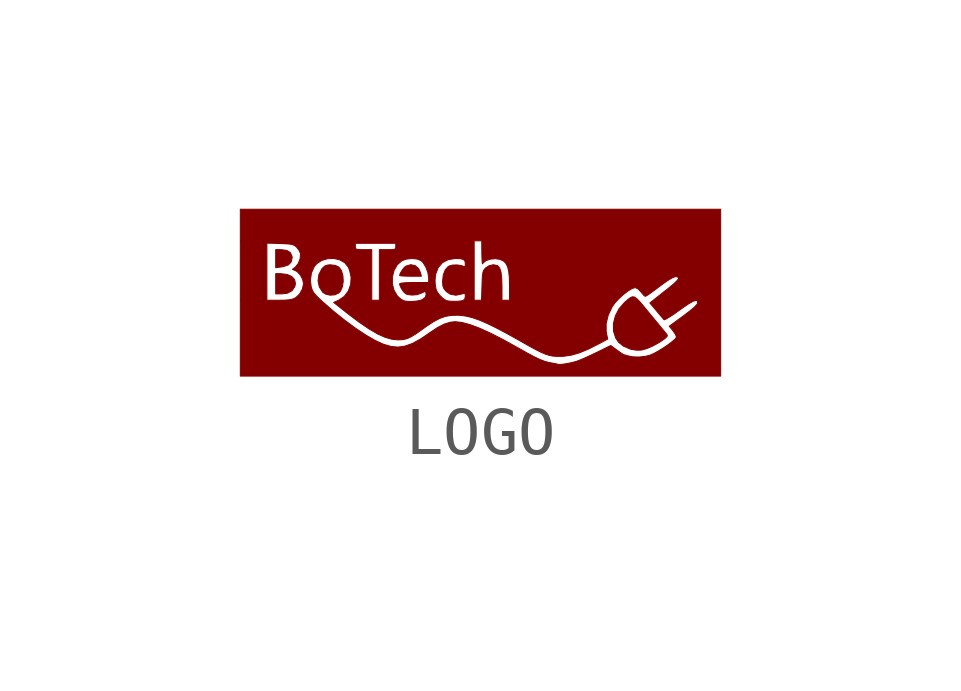
<source format=kicad_sym>
(kicad_symbol_lib
  (version 20210619)
  (generator bitmap2component)
  (symbol "LOGO"
    (pin_names
      (offset 1.016))
    (property "Reference" "#G"
      (at 0 1.102 0)
      (effects (font (size 1.27 1.27)) hide))
    (symbol "LOGO_0_0"
      (polyline (pts (xy 5.001 1.737) (xy -5.001 1.737) (xy -5.001 1.079) (xy -0.132 1.079) (xy 0.026 1.079) (xy 0.028 0.823) (xy 0.03 0.749) (xy 0.033 0.662) (xy 0.038 0.609) (xy 0.044 0.599) (xy 0.054 0.618) (xy 0.114 0.667) (xy 0.203 0.697) (xy 0.305 0.707) (xy 0.403 0.694) (xy 0.482 0.657) (xy 0.527 0.611) (xy 0.564 0.54) (xy 0.588 0.44) (xy 0.601 0.305) (xy 0.605 0.125) (xy 0.605 -0.158) (xy 0.447 -0.158) (xy 0.447 0.12) (xy 0.442 0.296) (xy 0.427 0.425) (xy 0.4 0.511) (xy 0.36 0.558) (xy 0.35 0.564) (xy 0.268 0.581) (xy 0.179 0.561) (xy 0.103 0.511) (xy 0.094 0.501) (xy 0.069 0.468) (xy 0.052 0.426) (xy 0.042 0.365) (xy 0.035 0.275) (xy 0.031 0.143) (xy 0.022 -0.158) (xy -0.132 -0.158) (xy -0.132 1.079) (xy -5.001 1.079) (xy -5.001 -0.158) (xy -4.448 -0.158) (xy -4.448 1.031) (xy -4.302 1.027) (xy -2.606 1.027) (xy -1.764 1.027) (xy -1.764 0.961) (xy -1.764 0.95) (xy -1.769 0.919) (xy -1.791 0.903) (xy -1.843 0.896) (xy -1.935 0.895) (xy -2.106 0.895) (xy -2.106 0.186) (xy -1.835 0.186) (xy -1.834 0.327) (xy -1.8 0.462) (xy -1.734 0.579) (xy -1.636 0.665) (xy -1.632 0.667) (xy -1.539 0.699) (xy -1.428 0.71) (xy -1.321 0.7) (xy -1.24 0.668) (xy -1.194 0.623) (xy -1.137 0.529) (xy -1.096 0.418) (xy -1.08 0.309) (xy -1.079 0.255) (xy -0.947 0.255) (xy -0.934 0.383) (xy -0.882 0.52) (xy -0.793 0.624) (xy -0.672 0.688) (xy -0.522 0.711) (xy -0.421 0.707) (xy -0.356 0.691) (xy -0.324 0.657) (xy -0.316 0.602) (xy -0.318 0.562) (xy -0.331 0.539) (xy -0.367 0.552) (xy -0.395 0.563) (xy -0.485 0.577) (xy -0.582 0.574) (xy -0.659 0.552) (xy -0.671 0.545) (xy -0.734 0.475) (xy -0.775 0.368) (xy -0.79 0.236) (xy -0.79 0.23) (xy -0.784 0.142) (xy -0.761 0.082) (xy -0.713 0.024) (xy -0.628 -0.033) (xy -0.513 -0.054) (xy -0.383 -0.027) (xy -0.344 -0.014) (xy -0.32 -0.025) (xy -0.316 -0.076) (xy -0.316 -0.078) (xy -0.329 -0.139) (xy -0.375 -0.168) (xy -0.387 -0.17) (xy -0.464 -0.179) (xy -0.56 -0.181) (xy -0.65 -0.177) (xy -0.711 -0.166) (xy -0.715 -0.164) (xy -0.784 -0.119) (xy -0.856 -0.048) (xy -0.911 0.032) (xy -0.925 0.07) (xy -0.941 0.158) (xy -0.947 0.255) (xy -1.079 0.255) (xy -1.079 0.211) (xy -1.382 0.211) (xy -1.463 0.21) (xy -1.584 0.205) (xy -1.659 0.196) (xy -1.685 0.183) (xy -1.679 0.154) (xy -1.648 0.086) (xy -1.602 0.018) (xy -1.554 -0.025) (xy -1.52 -0.039) (xy -1.425 -0.051) (xy -1.322 -0.042) (xy -1.237 -0.013) (xy -1.214 -0.000300) (xy -1.161 0.022) (xy -1.137 0.01) (xy -1.132 -0.039) (xy -1.148 -0.095) (xy -1.21 -0.144) (xy -1.246 -0.158) (xy -1.338 -0.177) (xy -1.446 -0.184) (xy -1.502 -0.183) (xy -1.579 -0.174) (xy -1.636 -0.15) (xy -1.696 -0.103) (xy -1.734 -0.064) (xy -1.802 0.052) (xy -1.835 0.186) (xy -2.106 0.186) (xy -2.106 -0.158) (xy -2.264 -0.158) (xy -2.264 0.895) (xy -2.463 0.895) (xy -2.543 0.897) (xy -2.586 0.906) (xy -2.603 0.925) (xy -2.606 0.961) (xy -2.606 1.027) (xy -4.302 1.027) (xy -4.174 1.022) (xy -4.061 1.018) (xy -3.971 1.011) (xy -3.911 0.999) (xy -3.869 0.98) (xy -3.834 0.952) (xy -3.783 0.889) (xy -3.752 0.824) (xy -3.748 0.804) (xy -3.756 0.706) (xy -3.794 0.607) (xy -3.855 0.532) (xy -3.916 0.484) (xy -3.842 0.452) (xy -3.815 0.435) (xy -3.751 0.367) (xy -3.704 0.277) (xy -3.699 0.256) (xy -3.541 0.256) (xy -3.521 0.408) (xy -3.462 0.541) (xy -3.409 0.604) (xy -3.304 0.671) (xy -3.182 0.707) (xy -3.054 0.711) (xy -2.932 0.683) (xy -2.828 0.624) (xy -2.755 0.534) (xy -2.727 0.47) (xy -2.694 0.319) (xy -2.703 0.17) (xy -2.751 0.035) (xy -2.836 -0.078) (xy -2.954 -0.158) (xy -3.057 -0.204) (xy -2.799 -0.409) (xy -2.752 -0.446) (xy -2.522 -0.619) (xy -2.322 -0.755) (xy -2.147 -0.858) (xy -1.992 -0.928) (xy -1.852 -0.969) (xy -1.724 -0.983) (xy -1.696 -0.983) (xy -1.608 -0.977) (xy -1.527 -0.957) (xy -1.442 -0.918) (xy -1.34 -0.855) (xy -1.211 -0.763) (xy -1.123 -0.7) (xy -0.975 -0.603) (xy -0.848 -0.536) (xy -0.73 -0.494) (xy -0.61 -0.474) (xy -0.478 -0.47) (xy -0.407 -0.474) (xy -0.288 -0.491) (xy -0.16 -0.524) (xy -0.017 -0.574) (xy 0.146 -0.645) (xy 0.336 -0.738) (xy 0.557 -0.855) (xy 0.817 -1) (xy 0.823 -1.004) (xy 1.003 -1.106) (xy 1.146 -1.184) (xy 1.26 -1.241) (xy 1.352 -1.281) (xy 1.432 -1.306) (xy 1.506 -1.321) (xy 1.583 -1.326) (xy 1.671 -1.327) (xy 1.731 -1.325) (xy 1.891 -1.302) (xy 2.063 -1.252) (xy 2.254 -1.172) (xy 2.475 -1.06) (xy 2.648 -0.966) (xy 2.622 -0.84) (xy 2.617 -0.814) (xy 2.616 -0.646) (xy 2.66 -0.467) (xy 2.745 -0.288) (xy 2.802 -0.211) (xy 2.885 -0.121) (xy 2.979 -0.036) (xy 3.074 0.036) (xy 3.157 0.086) (xy 3.219 0.105) (xy 3.224 0.104) (xy 3.282 0.077) (xy 3.343 0.013) (xy 3.36 -0.009) (xy 3.403 -0.058) (xy 3.431 -0.078) (xy 3.434 -0.077) (xy 3.47 -0.057) (xy 3.538 -0.011) (xy 3.628 0.054) (xy 3.732 0.133) (xy 3.75 0.146) (xy 3.883 0.243) (xy 3.984 0.304) (xy 4.055 0.333) (xy 4.101 0.331) (xy 4.125 0.298) (xy 4.122 0.287) (xy 4.088 0.245) (xy 4.026 0.185) (xy 3.943 0.116) (xy 3.913 0.091) (xy 3.809 0.01) (xy 3.712 -0.068) (xy 3.638 -0.126) (xy 3.526 -0.215) (xy 3.663 -0.377) (xy 3.68 -0.398) (xy 3.745 -0.474) (xy 3.795 -0.533) (xy 3.82 -0.563) (xy 3.825 -0.565) (xy 3.863 -0.55) (xy 3.932 -0.509) (xy 4.025 -0.449) (xy 4.132 -0.372) (xy 4.205 -0.32) (xy 4.333 -0.233) (xy 4.426 -0.18) (xy 4.487 -0.16) (xy 4.518 -0.172) (xy 4.522 -0.215) (xy 4.513 -0.237) (xy 4.46 -0.296) (xy 4.362 -0.379) (xy 4.222 -0.486) (xy 3.93 -0.7) (xy 4.005 -0.79) (xy 4.023 -0.814) (xy 4.064 -0.878) (xy 4.08 -0.925) (xy 4.08 -0.927) (xy 4.055 -0.964) (xy 3.994 -1.017) (xy 3.91 -1.082) (xy 3.81 -1.149) (xy 3.707 -1.213) (xy 3.609 -1.267) (xy 3.528 -1.303) (xy 3.428 -1.327) (xy 3.295 -1.341) (xy 3.165 -1.336) (xy 3.062 -1.314) (xy 3.06 -1.314) (xy 3.009 -1.297) (xy 2.987 -1.294) (xy 2.969 -1.285) (xy 2.919 -1.252) (xy 2.849 -1.202) (xy 2.711 -1.101) (xy 2.415 -1.247) (xy 2.296 -1.303) (xy 2.175 -1.359) (xy 2.071 -1.403) (xy 2 -1.43) (xy 1.989 -1.433) (xy 1.9 -1.457) (xy 1.802 -1.477) (xy 1.71 -1.491) (xy 1.639 -1.496) (xy 1.605 -1.492) (xy 1.599 -1.488) (xy 1.555 -1.477) (xy 1.484 -1.465) (xy 1.427 -1.455) (xy 1.341 -1.432) (xy 1.244 -1.395) (xy 1.128 -1.34) (xy 0.984 -1.264) (xy 0.805 -1.163) (xy 0.783 -1.151) (xy 0.476 -0.98) (xy 0.207 -0.843) (xy -0.025 -0.738) (xy -0.224 -0.664) (xy -0.391 -0.62) (xy -0.529 -0.605) (xy -0.63 -0.616) (xy -0.758 -0.656) (xy -0.902 -0.731) (xy -1.07 -0.844) (xy -1.246 -0.964) (xy -1.417 -1.058) (xy -1.571 -1.113) (xy -1.718 -1.134) (xy -1.864 -1.12) (xy -2.019 -1.075) (xy -2.024 -1.073) (xy -2.19 -0.997) (xy -2.383 -0.886) (xy -2.597 -0.744) (xy -2.824 -0.577) (xy -3.059 -0.389) (xy -3.293 -0.185) (xy -3.349 -0.133) (xy -3.426 -0.057) (xy -3.476 0.004) (xy -3.506 0.061) (xy -3.526 0.126) (xy -3.541 0.256) (xy -3.699 0.256) (xy -3.685 0.186) (xy -3.685 0.182) (xy -3.709 0.074) (xy -3.768 -0.03) (xy -3.848 -0.105) (xy -3.855 -0.109) (xy -3.908 -0.133) (xy -3.973 -0.148) (xy -4.063 -0.156) (xy -4.192 -0.158) (xy -4.448 -0.158) (xy -5.001 -0.158) (xy -5.001 -1.737) (xy 5.001 -1.737) (xy 5.001 1.737)) (stroke (width 0.01)) (fill (type outline)))
      (polyline (pts (xy 3.355 -1.195) (xy 3.462 -1.165) (xy 3.589 -1.11) (xy 3.718 -1.04) (xy 3.83 -0.963) (xy 3.84 -0.955) (xy 3.883 -0.915) (xy 3.89 -0.886) (xy 3.866 -0.851) (xy 3.84 -0.82) (xy 3.785 -0.754) (xy 3.709 -0.662) (xy 3.617 -0.55) (xy 3.516 -0.428) (xy 3.51 -0.421) (xy 3.4 -0.287) (xy 3.318 -0.19) (xy 3.256 -0.126) (xy 3.207 -0.092) (xy 3.165 -0.086) (xy 3.123 -0.102) (xy 3.073 -0.14) (xy 3.01 -0.195) (xy 3 -0.204) (xy 2.886 -0.334) (xy 2.808 -0.484) (xy 2.768 -0.643) (xy 2.769 -0.801) (xy 2.815 -0.945) (xy 2.875 -1.033) (xy 2.976 -1.114) (xy 3.119 -1.175) (xy 3.134 -1.18) (xy 3.237 -1.197) (xy 3.339 -1.197) (xy 3.355 -1.195)) (stroke (width 0.01)) (fill (type outline)))
      (polyline (pts (xy -3.033 -0.045) (xy -2.95 -0.006) (xy -2.916 0.03) (xy -2.875 0.123) (xy -2.858 0.237) (xy -2.865 0.354) (xy -2.895 0.459) (xy -2.95 0.533) (xy -3.02 0.566) (xy -3.12 0.579) (xy -3.179 0.576) (xy -3.243 0.554) (xy -3.298 0.502) (xy -3.306 0.491) (xy -3.366 0.375) (xy -3.383 0.246) (xy -3.356 0.119) (xy -3.286 0.009) (xy -3.228 -0.03) (xy -3.133 -0.053) (xy -3.033 -0.045)) (stroke (width 0.01)) (fill (type outline)))
      (polyline (pts (xy -1.25 0.415) (xy -1.288 0.501) (xy -1.361 0.563) (xy -1.453 0.582) (xy -1.554 0.552) (xy -1.584 0.527) (xy -1.63 0.47) (xy -1.669 0.406) (xy -1.685 0.357) (xy -1.68 0.354) (xy -1.638 0.348) (xy -1.56 0.344) (xy -1.458 0.342) (xy -1.231 0.342) (xy -1.25 0.415)) (stroke (width 0.01)) (fill (type outline)))
      (polyline (pts (xy -4.022 -0.012) (xy -3.925 0.039) (xy -3.866 0.126) (xy -3.853 0.188) (xy -3.87 0.271) (xy -3.931 0.337) (xy -4.031 0.38) (xy -4.163 0.395) (xy -4.264 0.395) (xy -4.264 -0.026) (xy -4.138 -0.026) (xy -4.022 -0.012)) (stroke (width 0.01)) (fill (type outline)))
      (polyline (pts (xy -4.141 0.536) (xy -4.101 0.543) (xy -3.999 0.579) (xy -3.941 0.639) (xy -3.922 0.727) (xy -3.924 0.754) (xy -3.958 0.832) (xy -4.034 0.879) (xy -4.152 0.895) (xy -4.264 0.895) (xy -4.264 0.519) (xy -4.141 0.536)) (stroke (width 0.01)) (fill (type outline))))))
</source>
